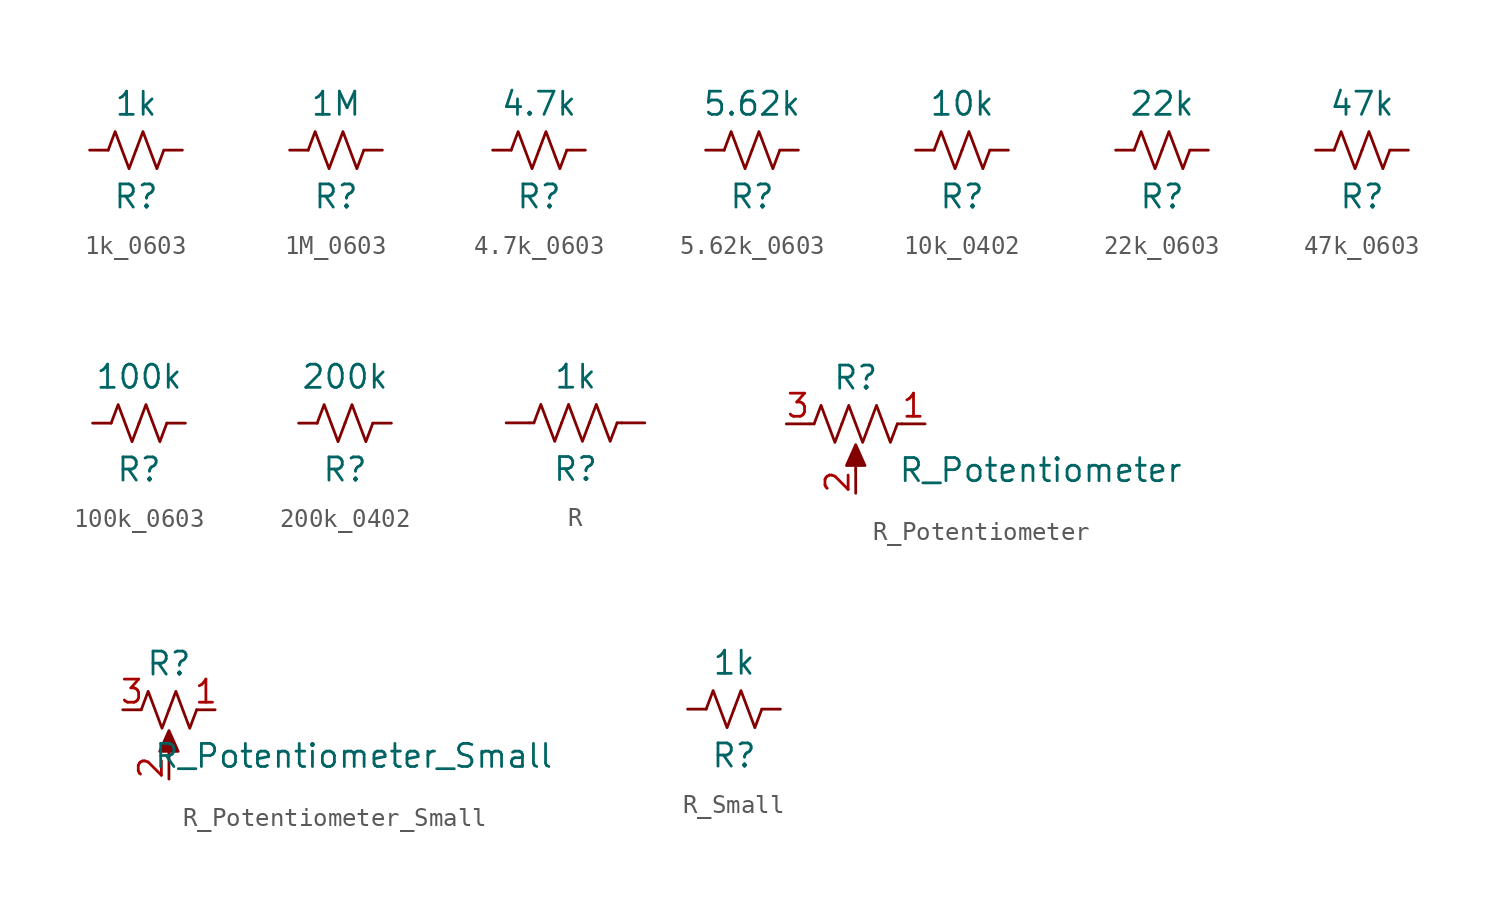
<source format=kicad_sym>
(kicad_symbol_lib
  (version 20241209)
  (generator "kicad_symbol_editor")
  (generator_version "9.0")
  (symbol "1k_0603"
    (pin_numbers
      (hide yes))
    (pin_names
      (offset 0))
    (property "Reference" "R"
      (at 0 -2.54 0)
      (effects (font (size 1.27 1.27))))
    (property "Value" "1k"
      (at 0 2.54 0)
      (effects (font (size 1.27 1.27))))
    (symbol "1k_0603_0_1"
      (polyline (pts (xy -1.524 0) (xy -1.143 1.016) (xy -0.762 0) (xy -0.381 -1.016) (xy 0 0)) (stroke (width 0) (type default)) (fill (type none)))
      (polyline (pts (xy 0 0) (xy 0.381 1.016) (xy 0.762 0) (xy 1.143 -1.016) (xy 1.524 0)) (stroke (width 0) (type default)) (fill (type none))))
    (symbol "1k_0603_1_1"
      (pin passive line (at -2.54 0 0) (length 1.016) (name "~" (effects (font (size 1.27 1.27)))) (number "1" (effects (font (size 1.27 1.27)))))
      (pin passive line (at 2.54 0 180) (length 1.016) (name "~" (effects (font (size 1.27 1.27)))) (number "2" (effects (font (size 1.27 1.27)))))))
  (symbol "1M_0603"
    (pin_numbers
      (hide yes))
    (pin_names
      (offset 0))
    (property "Reference" "R"
      (at 0 -2.54 0)
      (effects (font (size 1.27 1.27))))
    (property "Value" "1M"
      (at 0 2.54 0)
      (effects (font (size 1.27 1.27))))
    (symbol "1M_0603_0_1"
      (polyline (pts (xy -1.524 0) (xy -1.143 1.016) (xy -0.762 0) (xy -0.381 -1.016) (xy 0 0)) (stroke (width 0) (type default)) (fill (type none)))
      (polyline (pts (xy 0 0) (xy 0.381 1.016) (xy 0.762 0) (xy 1.143 -1.016) (xy 1.524 0)) (stroke (width 0) (type default)) (fill (type none))))
    (symbol "1M_0603_1_1"
      (pin passive line (at -2.54 0 0) (length 1.016) (name "~" (effects (font (size 1.27 1.27)))) (number "1" (effects (font (size 1.27 1.27)))))
      (pin passive line (at 2.54 0 180) (length 1.016) (name "~" (effects (font (size 1.27 1.27)))) (number "2" (effects (font (size 1.27 1.27)))))))
  (symbol "4.7k_0603"
    (pin_numbers
      (hide yes))
    (pin_names
      (offset 0))
    (property "Reference" "R"
      (at 0 -2.54 0)
      (effects (font (size 1.27 1.27))))
    (property "Value" "4.7k"
      (at 0 2.54 0)
      (effects (font (size 1.27 1.27))))
    (symbol "4.7k_0603_0_1"
      (polyline (pts (xy -1.524 0) (xy -1.143 1.016) (xy -0.762 0) (xy -0.381 -1.016) (xy 0 0)) (stroke (width 0) (type default)) (fill (type none)))
      (polyline (pts (xy 0 0) (xy 0.381 1.016) (xy 0.762 0) (xy 1.143 -1.016) (xy 1.524 0)) (stroke (width 0) (type default)) (fill (type none))))
    (symbol "4.7k_0603_1_1"
      (pin passive line (at -2.54 0 0) (length 1.016) (name "~" (effects (font (size 1.27 1.27)))) (number "1" (effects (font (size 1.27 1.27)))))
      (pin passive line (at 2.54 0 180) (length 1.016) (name "~" (effects (font (size 1.27 1.27)))) (number "2" (effects (font (size 1.27 1.27)))))))
  (symbol "5.62k_0603"
    (pin_numbers
      (hide yes))
    (pin_names
      (offset 0))
    (property "Reference" "R"
      (at 0 -2.54 0)
      (effects (font (size 1.27 1.27))))
    (property "Value" "5.62k"
      (at 0 2.54 0)
      (effects (font (size 1.27 1.27))))
    (symbol "5.62k_0603_0_1"
      (polyline (pts (xy -1.524 0) (xy -1.143 1.016) (xy -0.762 0) (xy -0.381 -1.016) (xy 0 0)) (stroke (width 0) (type default)) (fill (type none)))
      (polyline (pts (xy 0 0) (xy 0.381 1.016) (xy 0.762 0) (xy 1.143 -1.016) (xy 1.524 0)) (stroke (width 0) (type default)) (fill (type none))))
    (symbol "5.62k_0603_1_1"
      (pin passive line (at -2.54 0 0) (length 1.016) (name "~" (effects (font (size 1.27 1.27)))) (number "1" (effects (font (size 1.27 1.27)))))
      (pin passive line (at 2.54 0 180) (length 1.016) (name "~" (effects (font (size 1.27 1.27)))) (number "2" (effects (font (size 1.27 1.27)))))))
  (symbol "10k_0402"
    (pin_numbers
      (hide yes))
    (pin_names
      (offset 0))
    (property "Reference" "R"
      (at 0 -2.54 0)
      (effects (font (size 1.27 1.27))))
    (property "Value" "10k"
      (at 0 2.54 0)
      (effects (font (size 1.27 1.27))))
    (symbol "10k_0402_0_1"
      (polyline (pts (xy -1.524 0) (xy -1.143 1.016) (xy -0.762 0) (xy -0.381 -1.016) (xy 0 0)) (stroke (width 0) (type default)) (fill (type none)))
      (polyline (pts (xy 0 0) (xy 0.381 1.016) (xy 0.762 0) (xy 1.143 -1.016) (xy 1.524 0)) (stroke (width 0) (type default)) (fill (type none))))
    (symbol "10k_0402_1_1"
      (pin passive line (at -2.54 0 0) (length 1.016) (name "~" (effects (font (size 1.27 1.27)))) (number "1" (effects (font (size 1.27 1.27)))))
      (pin passive line (at 2.54 0 180) (length 1.016) (name "~" (effects (font (size 1.27 1.27)))) (number "2" (effects (font (size 1.27 1.27)))))))
  (symbol "22k_0603"
    (pin_numbers
      (hide yes))
    (pin_names
      (offset 0))
    (property "Reference" "R"
      (at 0 -2.54 0)
      (effects (font (size 1.27 1.27))))
    (property "Value" "22k"
      (at 0 2.54 0)
      (effects (font (size 1.27 1.27))))
    (symbol "22k_0603_0_1"
      (polyline (pts (xy -1.524 0) (xy -1.143 1.016) (xy -0.762 0) (xy -0.381 -1.016) (xy 0 0)) (stroke (width 0) (type default)) (fill (type none)))
      (polyline (pts (xy 0 0) (xy 0.381 1.016) (xy 0.762 0) (xy 1.143 -1.016) (xy 1.524 0)) (stroke (width 0) (type default)) (fill (type none))))
    (symbol "22k_0603_1_1"
      (pin passive line (at -2.54 0 0) (length 1.016) (name "~" (effects (font (size 1.27 1.27)))) (number "1" (effects (font (size 1.27 1.27)))))
      (pin passive line (at 2.54 0 180) (length 1.016) (name "~" (effects (font (size 1.27 1.27)))) (number "2" (effects (font (size 1.27 1.27)))))))
  (symbol "47k_0603"
    (pin_numbers
      (hide yes))
    (pin_names
      (offset 0))
    (property "Reference" "R"
      (at 0 -2.54 0)
      (effects (font (size 1.27 1.27))))
    (property "Value" "47k"
      (at 0 2.54 0)
      (effects (font (size 1.27 1.27))))
    (symbol "47k_0603_0_1"
      (polyline (pts (xy -1.524 0) (xy -1.143 1.016) (xy -0.762 0) (xy -0.381 -1.016) (xy 0 0)) (stroke (width 0) (type default)) (fill (type none)))
      (polyline (pts (xy 0 0) (xy 0.381 1.016) (xy 0.762 0) (xy 1.143 -1.016) (xy 1.524 0)) (stroke (width 0) (type default)) (fill (type none))))
    (symbol "47k_0603_1_1"
      (pin passive line (at -2.54 0 0) (length 1.016) (name "~" (effects (font (size 1.27 1.27)))) (number "1" (effects (font (size 1.27 1.27)))))
      (pin passive line (at 2.54 0 180) (length 1.016) (name "~" (effects (font (size 1.27 1.27)))) (number "2" (effects (font (size 1.27 1.27)))))))
  (symbol "100k_0603"
    (pin_numbers
      (hide yes))
    (pin_names
      (offset 0))
    (property "Reference" "R"
      (at 0 -2.54 0)
      (effects (font (size 1.27 1.27))))
    (property "Value" "100k"
      (at 0 2.54 0)
      (effects (font (size 1.27 1.27))))
    (symbol "100k_0603_0_1"
      (polyline (pts (xy -1.524 0) (xy -1.143 1.016) (xy -0.762 0) (xy -0.381 -1.016) (xy 0 0)) (stroke (width 0) (type default)) (fill (type none)))
      (polyline (pts (xy 0 0) (xy 0.381 1.016) (xy 0.762 0) (xy 1.143 -1.016) (xy 1.524 0)) (stroke (width 0) (type default)) (fill (type none))))
    (symbol "100k_0603_1_1"
      (pin passive line (at -2.54 0 0) (length 1.016) (name "~" (effects (font (size 1.27 1.27)))) (number "1" (effects (font (size 1.27 1.27)))))
      (pin passive line (at 2.54 0 180) (length 1.016) (name "~" (effects (font (size 1.27 1.27)))) (number "2" (effects (font (size 1.27 1.27)))))))
  (symbol "200k_0402"
    (pin_numbers
      (hide yes))
    (pin_names
      (offset 0))
    (property "Reference" "R"
      (at 0 -2.54 0)
      (effects (font (size 1.27 1.27))))
    (property "Value" "200k"
      (at 0 2.54 0)
      (effects (font (size 1.27 1.27))))
    (symbol "200k_0402_0_1"
      (polyline (pts (xy -1.524 0) (xy -1.143 1.016) (xy -0.762 0) (xy -0.381 -1.016) (xy 0 0)) (stroke (width 0) (type default)) (fill (type none)))
      (polyline (pts (xy 0 0) (xy 0.381 1.016) (xy 0.762 0) (xy 1.143 -1.016) (xy 1.524 0)) (stroke (width 0) (type default)) (fill (type none))))
    (symbol "200k_0402_1_1"
      (pin passive line (at -2.54 0 0) (length 1.016) (name "~" (effects (font (size 1.27 1.27)))) (number "1" (effects (font (size 1.27 1.27)))))
      (pin passive line (at 2.54 0 180) (length 1.016) (name "~" (effects (font (size 1.27 1.27)))) (number "2" (effects (font (size 1.27 1.27)))))))
  (symbol "R"
    (pin_numbers
      (hide yes))
    (pin_names
      (offset 0))
    (property "Reference" "R"
      (at 0 -2.54 0)
      (effects (font (size 1.27 1.27))))
    (property "Value" "1k"
      (at 0 2.54 0)
      (effects (font (size 1.27 1.27))))
    (symbol "R_0_1"
      (polyline (pts (xy -2.286 0) (xy -2.54 0)) (stroke (width 0) (type default)) (fill (type none)))
      (polyline (pts (xy -0.762 0) (xy -1.143 -1.016) (xy -1.524 0) (xy -1.905 1.016) (xy -2.286 0)) (stroke (width 0) (type default)) (fill (type none)))
      (polyline (pts (xy 0.762 0) (xy 0.381 -1.016) (xy 0 0) (xy -0.381 1.016) (xy -0.762 0)) (stroke (width 0) (type default)) (fill (type none)))
      (polyline (pts (xy 2.286 0) (xy 2.54 0)) (stroke (width 0) (type default)) (fill (type none)))
      (polyline (pts (xy 2.286 0) (xy 1.905 -1.016) (xy 1.524 0) (xy 1.143 1.016) (xy 0.762 0)) (stroke (width 0) (type default)) (fill (type none))))
    (symbol "R_1_1"
      (pin passive line (at -3.81 0 0) (length 1.27) (name "~" (effects (font (size 1.27 1.27)))) (number "2" (effects (font (size 1.27 1.27)))))
      (pin passive line (at 3.81 0 180) (length 1.27) (name "~" (effects (font (size 1.27 1.27)))) (number "1" (effects (font (size 1.27 1.27)))))))
  (symbol "R_Potentiometer"
    (pin_names
      (offset 1.016)
      (hide yes))
    (property "Reference" "R"
      (at 0 2.54 0)
      (effects (font (size 1.27 1.27))))
    (property "Value" "R_Potentiometer"
      (at 10.16 -2.54 0)
      (effects (font (size 1.27 1.27))))
    (symbol "R_Potentiometer_0_1"
      (polyline (pts (xy -2.286 0) (xy -2.54 0)) (stroke (width 0) (type default)) (fill (type none)))
      (polyline (pts (xy -0.762 0) (xy -1.143 -1.016) (xy -1.524 0) (xy -1.905 1.016) (xy -2.286 0)) (stroke (width 0) (type default)) (fill (type none)))
      (polyline (pts (xy 0 -1.143) (xy 0.508 -2.286) (xy -0.508 -2.286) (xy 0 -1.143)) (stroke (width 0) (type default)) (fill (type outline)))
      (polyline (pts (xy 0 -2.54) (xy 0 -1.524)) (stroke (width 0) (type default)) (fill (type none)))
      (polyline (pts (xy 0.762 0) (xy 0.381 -1.016) (xy 0 0) (xy -0.381 1.016) (xy -0.762 0)) (stroke (width 0) (type default)) (fill (type none)))
      (polyline (pts (xy 2.286 0) (xy 1.905 -1.016) (xy 1.524 0) (xy 1.143 1.016) (xy 0.762 0)) (stroke (width 0) (type default)) (fill (type none)))
      (polyline (pts (xy 2.54 0) (xy 2.286 0)) (stroke (width 0) (type default)) (fill (type none))))
    (symbol "R_Potentiometer_1_1"
      (pin passive line (at -3.81 0 0) (length 1.27) (name "3" (effects (font (size 1.27 1.27)))) (number "3" (effects (font (size 1.27 1.27)))))
      (pin passive line (at 0 -3.81 90) (length 1.27) (name "2" (effects (font (size 1.27 1.27)))) (number "2" (effects (font (size 1.27 1.27)))))
      (pin passive line (at 3.81 0 180) (length 1.27) (name "1" (effects (font (size 1.27 1.27)))) (number "1" (effects (font (size 1.27 1.27)))))))
  (symbol "R_Potentiometer_Small"
    (pin_names
      (offset 1.016)
      (hide yes))
    (property "Reference" "R"
      (at 0 2.54 0)
      (effects (font (size 1.27 1.27))))
    (property "Value" "R_Potentiometer_Small"
      (at 10.16 -2.54 0)
      (effects (font (size 1.27 1.27))))
    (symbol "R_Potentiometer_Small_0_1"
      (polyline (pts (xy 0 -1.143) (xy 0.508 -2.286) (xy -0.508 -2.286) (xy 0 -1.143)) (stroke (width 0) (type default)) (fill (type outline)))
      (polyline (pts (xy 0 -2.54) (xy 0 -1.524)) (stroke (width 0) (type default)) (fill (type none))))
    (symbol "R_Potentiometer_Small_1_1"
      (polyline (pts (xy 0 0) (xy -0.381 -1.016) (xy -0.762 0) (xy -1.143 1.016) (xy -1.524 0)) (stroke (width 0) (type default)) (fill (type none)))
      (polyline (pts (xy 1.524 0) (xy 1.143 -1.016) (xy 0.762 0) (xy 0.381 1.016) (xy 0 0)) (stroke (width 0) (type default)) (fill (type none)))
      (pin passive line (at -2.54 0 0) (length 1.016) (name "~" (effects (font (size 1.27 1.27)))) (number "3" (effects (font (size 1.27 1.27)))))
      (pin passive line (at 0 -3.81 90) (length 1.27) (name "2" (effects (font (size 1.27 1.27)))) (number "2" (effects (font (size 1.27 1.27)))))
      (pin passive line (at 2.54 0 180) (length 1.016) (name "~" (effects (font (size 1.27 1.27)))) (number "1" (effects (font (size 1.27 1.27)))))))
  (symbol "R_Small"
    (pin_numbers
      (hide yes))
    (pin_names
      (offset 0))
    (property "Reference" "R"
      (at 0 -2.54 0)
      (effects (font (size 1.27 1.27))))
    (property "Value" "1k"
      (at 0 2.54 0)
      (effects (font (size 1.27 1.27))))
    (symbol "R_Small_1_1"
      (polyline (pts (xy -1.524 0) (xy -1.143 1.016) (xy -0.762 0) (xy -0.381 -1.016) (xy 0 0)) (stroke (width 0) (type default)) (fill (type none)))
      (polyline (pts (xy 0 0) (xy 0.381 1.016) (xy 0.762 0) (xy 1.143 -1.016) (xy 1.524 0)) (stroke (width 0) (type default)) (fill (type none)))
      (pin passive line (at -2.54 0 0) (length 1.016) (name "~" (effects (font (size 1.27 1.27)))) (number "1" (effects (font (size 1.27 1.27)))))
      (pin passive line (at 2.54 0 180) (length 1.016) (name "~" (effects (font (size 1.27 1.27)))) (number "2" (effects (font (size 1.27 1.27))))))))
</source>
